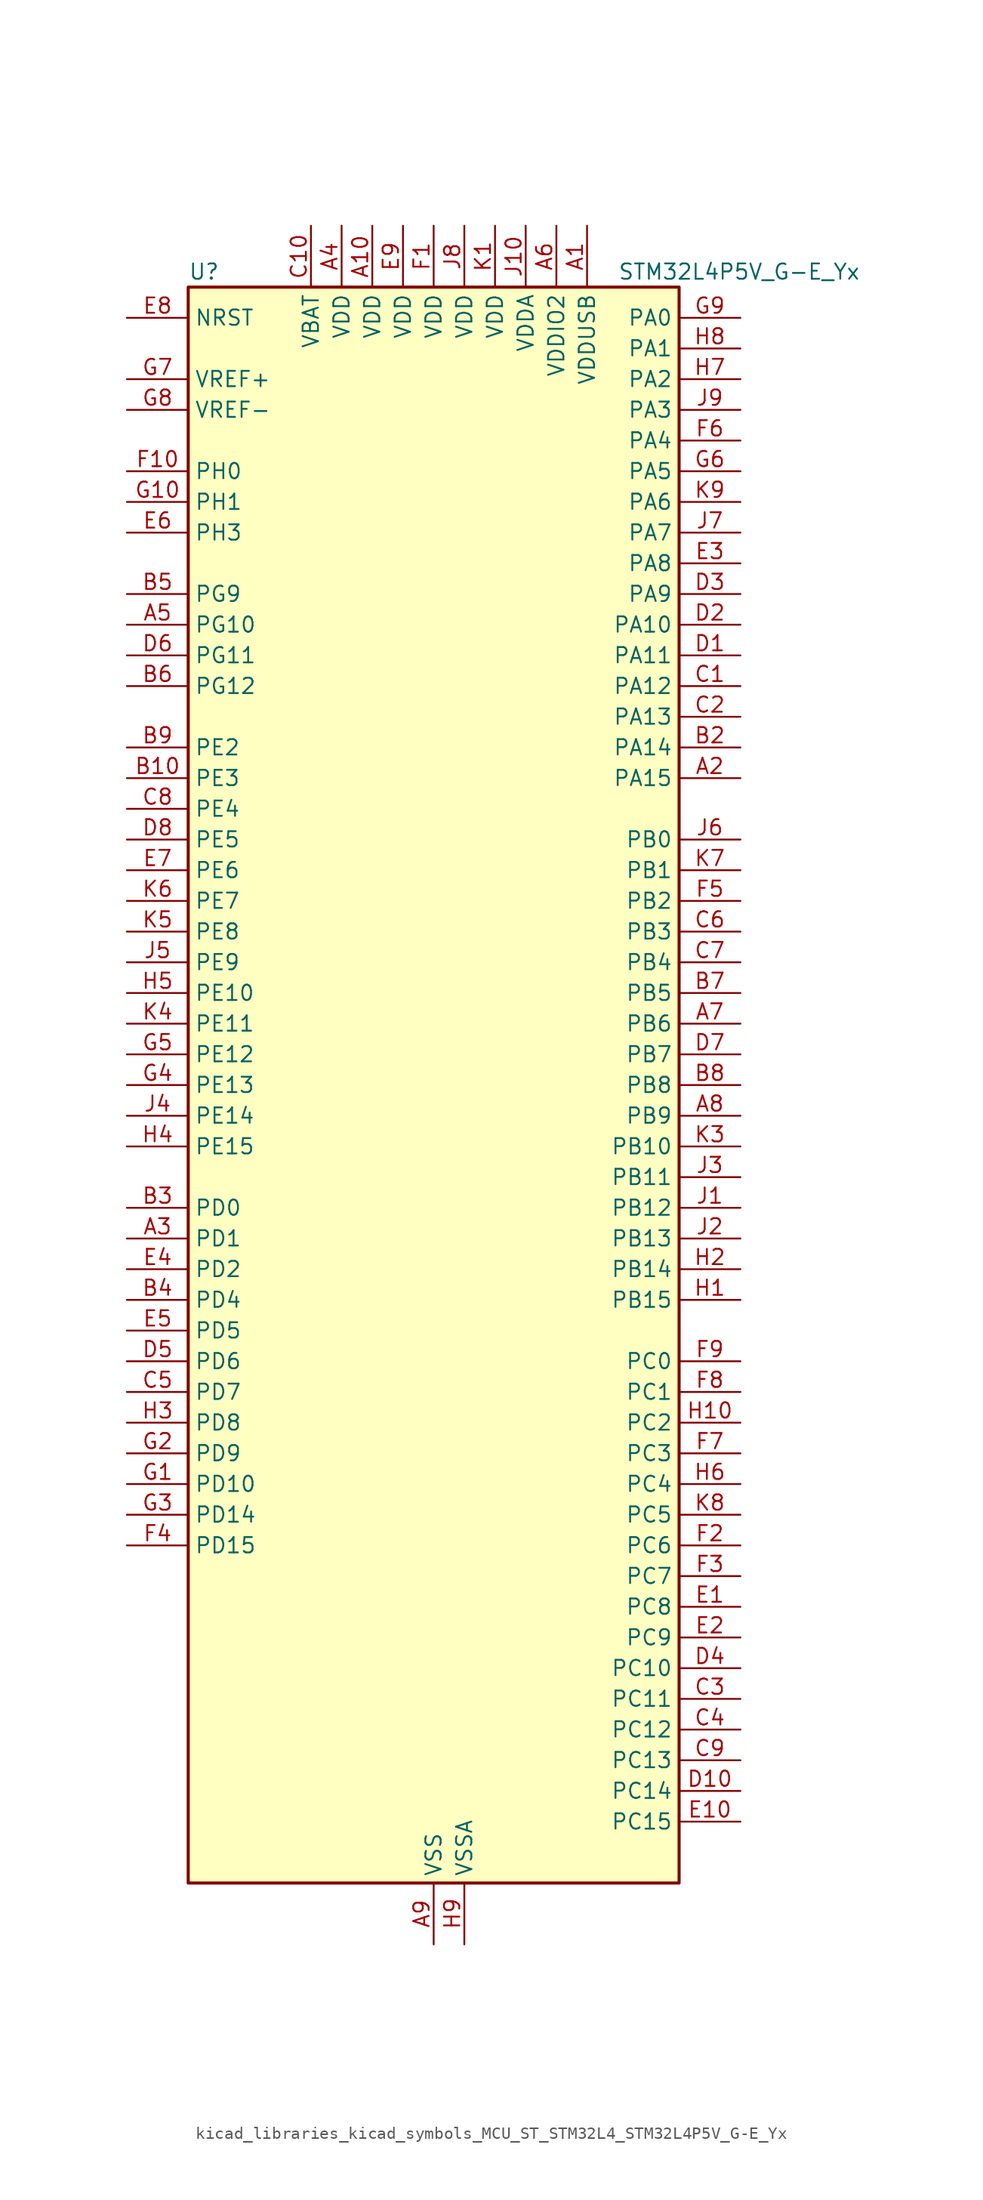
<source format=kicad_sym>
(kicad_symbol_lib
  (version 20220914)
  (generator kicad_symbol_editor)
  (symbol "kicad_libraries_kicad_symbols_MCU_ST_STM32L4_STM32L4P5V_G-E_Yx"
    (property "Reference" "U"
      (at -20.32 67.31 0)
      (effects (font (size 1.27 1.27)) (justify left)))
    (property "Value" "STM32L4P5V_G-E_Yx"
      (at 15.24 67.31 0)
      (effects (font (size 1.27 1.27)) (justify left)))
    (property "ki_locked" ""
      (at 0 0 0)
      (effects (font (size 1.27 1.27))))
    (symbol "kicad_libraries_kicad_symbols_MCU_ST_STM32L4_STM32L4P5V_G-E_Yx_0_1"
      (rectangle (start -20.32 -66.04) (end 20.32 66.04) (stroke (width 0.254) (type default)) (fill (type background))))
    (symbol "kicad_libraries_kicad_symbols_MCU_ST_STM32L4_STM32L4P5V_G-E_Yx_1_1"
      (pin power_in line (at 12.7 71.12 270) (length 5.08) (name "VDDUSB" (effects (font (size 1.27 1.27)))) (number "A1" (effects (font (size 1.27 1.27)))))
      (pin power_in line (at -5.08 71.12 270) (length 5.08) (name "VDD" (effects (font (size 1.27 1.27)))) (number "A10" (effects (font (size 1.27 1.27)))))
      (pin bidirectional line (at 25.4 25.4 180) (length 5.08) (name "PA15" (effects (font (size 1.27 1.27)))) (number "A2" (effects (font (size 1.27 1.27)))) (alternate "ADC1_EXTI15" bidirectional line) (alternate "ADC2_EXTI15" bidirectional line) (alternate "LTDC_HSYNC" bidirectional line) (alternate "SAI2_FS_B" bidirectional line) (alternate "SPI1_NSS" bidirectional line) (alternate "SPI3_NSS" bidirectional line) (alternate "SYS_JTDI" bidirectional line) (alternate "TIM2_CH1" bidirectional line) (alternate "TIM2_ETR" bidirectional line) (alternate "TSC_G3_IO1" bidirectional line) (alternate "UART4_DE" bidirectional line) (alternate "UART4_RTS" bidirectional line) (alternate "USART2_RX" bidirectional line) (alternate "USART3_DE" bidirectional line) (alternate "USART3_RTS" bidirectional line))
      (pin bidirectional line (at -25.4 -12.7 0) (length 5.08) (name "PD1" (effects (font (size 1.27 1.27)))) (number "A3" (effects (font (size 1.27 1.27)))) (alternate "CAN1_TX" bidirectional line) (alternate "FMC_D3" bidirectional line) (alternate "FMC_DA3" bidirectional line) (alternate "LTDC_B5" bidirectional line) (alternate "SPI2_SCK" bidirectional line))
      (pin power_in line (at -7.62 71.12 270) (length 5.08) (name "VDD" (effects (font (size 1.27 1.27)))) (number "A4" (effects (font (size 1.27 1.27)))))
      (pin bidirectional line (at -25.4 38.1 0) (length 5.08) (name "PG10" (effects (font (size 1.27 1.27)))) (number "A5" (effects (font (size 1.27 1.27)))) (alternate "FMC_NE3" bidirectional line) (alternate "LPTIM1_IN1" bidirectional line) (alternate "OCTOSPIM_P2_IO7" bidirectional line) (alternate "SAI2_FS_A" bidirectional line) (alternate "SDMMC2_D1" bidirectional line) (alternate "SPI3_MISO" bidirectional line) (alternate "TIM15_CH1" bidirectional line) (alternate "USART1_RX" bidirectional line))
      (pin power_in line (at 10.16 71.12 270) (length 5.08) (name "VDDIO2" (effects (font (size 1.27 1.27)))) (number "A6" (effects (font (size 1.27 1.27)))))
      (pin bidirectional line (at 25.4 5.08 180) (length 5.08) (name "PB6" (effects (font (size 1.27 1.27)))) (number "A7" (effects (font (size 1.27 1.27)))) (alternate "COMP2_INP" bidirectional line) (alternate "DCMI_D5" bidirectional line) (alternate "I2C1_SCL" bidirectional line) (alternate "I2C4_SCL" bidirectional line) (alternate "LPTIM1_ETR" bidirectional line) (alternate "LTDC_R6" bidirectional line) (alternate "PSSI_D5" bidirectional line) (alternate "SAI1_FS_B" bidirectional line) (alternate "TIM16_CH1N" bidirectional line) (alternate "TIM4_CH1" bidirectional line) (alternate "TIM8_BKIN2" bidirectional line) (alternate "TSC_G2_IO3" bidirectional line) (alternate "USART1_TX" bidirectional line))
      (pin bidirectional line (at 25.4 -2.54 180) (length 5.08) (name "PB9" (effects (font (size 1.27 1.27)))) (number "A8" (effects (font (size 1.27 1.27)))) (alternate "CAN1_TX" bidirectional line) (alternate "DAC1_EXTI9" bidirectional line) (alternate "DCMI_D7" bidirectional line) (alternate "I2C1_SDA" bidirectional line) (alternate "IR_OUT" bidirectional line) (alternate "PSSI_D7" bidirectional line) (alternate "SAI1_D2" bidirectional line) (alternate "SAI1_FS_A" bidirectional line) (alternate "SDMMC1_CDIR" bidirectional line) (alternate "SDMMC1_D5" bidirectional line) (alternate "SDMMC2_D5" bidirectional line) (alternate "SPI2_NSS" bidirectional line) (alternate "TIM17_CH1" bidirectional line) (alternate "TIM4_CH4" bidirectional line))
      (pin power_in line (at 0 -71.12 90) (length 5.08) (name "VSS" (effects (font (size 1.27 1.27)))) (number "A9" (effects (font (size 1.27 1.27)))))
      (pin passive line (at 0 -71.12 90) (length 5.08) hide (name "VSS" (effects (font (size 1.27 1.27)))) (number "B1" (effects (font (size 1.27 1.27)))))
      (pin bidirectional line (at -25.4 25.4 0) (length 5.08) (name "PE3" (effects (font (size 1.27 1.27)))) (number "B10" (effects (font (size 1.27 1.27)))) (alternate "FMC_A19" bidirectional line) (alternate "LTDC_R6" bidirectional line) (alternate "OCTOSPIM_P1_DQS" bidirectional line) (alternate "SAI1_SD_B" bidirectional line) (alternate "SYS_TRACED0" bidirectional line) (alternate "TIM3_CH1" bidirectional line) (alternate "TSC_G7_IO2" bidirectional line))
      (pin bidirectional line (at 25.4 27.94 180) (length 5.08) (name "PA14" (effects (font (size 1.27 1.27)))) (number "B2" (effects (font (size 1.27 1.27)))) (alternate "I2C1_SMBA" bidirectional line) (alternate "I2C4_SMBA" bidirectional line) (alternate "LPTIM1_OUT" bidirectional line) (alternate "SAI1_FS_B" bidirectional line) (alternate "SYS_JTCK-SWCLK" bidirectional line) (alternate "USB_OTG_FS_SOF" bidirectional line))
      (pin bidirectional line (at -25.4 -10.16 0) (length 5.08) (name "PD0" (effects (font (size 1.27 1.27)))) (number "B3" (effects (font (size 1.27 1.27)))) (alternate "CAN1_RX" bidirectional line) (alternate "FMC_D2" bidirectional line) (alternate "FMC_DA2" bidirectional line) (alternate "LTDC_B4" bidirectional line) (alternate "SPI2_NSS" bidirectional line))
      (pin bidirectional line (at -25.4 -17.78 0) (length 5.08) (name "PD4" (effects (font (size 1.27 1.27)))) (number "B4" (effects (font (size 1.27 1.27)))) (alternate "DFSDM1_CKIN0" bidirectional line) (alternate "FMC_NOE" bidirectional line) (alternate "OCTOSPIM_P1_IO4" bidirectional line) (alternate "SDMMC2_CKIN" bidirectional line) (alternate "SPI2_MOSI" bidirectional line) (alternate "USART2_DE" bidirectional line) (alternate "USART2_RTS" bidirectional line))
      (pin bidirectional line (at -25.4 40.64 0) (length 5.08) (name "PG9" (effects (font (size 1.27 1.27)))) (number "B5" (effects (font (size 1.27 1.27)))) (alternate "DAC1_EXTI9" bidirectional line) (alternate "FMC_NCE" bidirectional line) (alternate "FMC_NE2" bidirectional line) (alternate "OCTOSPIM_P2_IO6" bidirectional line) (alternate "SAI2_SCK_A" bidirectional line) (alternate "SDMMC2_D0" bidirectional line) (alternate "SPI3_SCK" bidirectional line) (alternate "TIM15_CH1N" bidirectional line) (alternate "USART1_TX" bidirectional line))
      (pin bidirectional line (at -25.4 33.02 0) (length 5.08) (name "PG12" (effects (font (size 1.27 1.27)))) (number "B6" (effects (font (size 1.27 1.27)))) (alternate "FMC_NE4" bidirectional line) (alternate "LPTIM1_ETR" bidirectional line) (alternate "OCTOSPIM_P2_NCS" bidirectional line) (alternate "SAI2_SD_A" bidirectional line) (alternate "SDMMC2_D3" bidirectional line) (alternate "SPI3_NSS" bidirectional line) (alternate "USART1_DE" bidirectional line) (alternate "USART1_RTS" bidirectional line))
      (pin bidirectional line (at 25.4 7.62 180) (length 5.08) (name "PB5" (effects (font (size 1.27 1.27)))) (number "B7" (effects (font (size 1.27 1.27)))) (alternate "COMP2_OUT" bidirectional line) (alternate "DCMI_D10" bidirectional line) (alternate "I2C1_SMBA" bidirectional line) (alternate "LPTIM1_IN1" bidirectional line) (alternate "OCTOSPIM_P1_IO0" bidirectional line) (alternate "PSSI_D10" bidirectional line) (alternate "SAI1_SD_B" bidirectional line) (alternate "SPI1_MOSI" bidirectional line) (alternate "SPI3_MOSI" bidirectional line) (alternate "TIM16_BKIN" bidirectional line) (alternate "TIM3_CH2" bidirectional line) (alternate "TSC_G2_IO2" bidirectional line) (alternate "UART5_CTS" bidirectional line) (alternate "USART1_CK" bidirectional line))
      (pin bidirectional line (at 25.4 0 180) (length 5.08) (name "PB8" (effects (font (size 1.27 1.27)))) (number "B8" (effects (font (size 1.27 1.27)))) (alternate "CAN1_RX" bidirectional line) (alternate "DCMI_D6" bidirectional line) (alternate "DFSDM1_CKOUT" bidirectional line) (alternate "I2C1_SCL" bidirectional line) (alternate "LTDC_DE" bidirectional line) (alternate "PSSI_D6" bidirectional line) (alternate "SAI1_CK1" bidirectional line) (alternate "SAI1_MCLK_A" bidirectional line) (alternate "SDMMC1_CKIN" bidirectional line) (alternate "SDMMC1_D4" bidirectional line) (alternate "SDMMC2_D4" bidirectional line) (alternate "TIM16_CH1" bidirectional line) (alternate "TIM4_CH3" bidirectional line))
      (pin bidirectional line (at -25.4 27.94 0) (length 5.08) (name "PE2" (effects (font (size 1.27 1.27)))) (number "B9" (effects (font (size 1.27 1.27)))) (alternate "FMC_A23" bidirectional line) (alternate "LTDC_R7" bidirectional line) (alternate "SAI1_CK1" bidirectional line) (alternate "SAI1_MCLK_A" bidirectional line) (alternate "SYS_TRACECLK" bidirectional line) (alternate "TIM3_ETR" bidirectional line) (alternate "TSC_G7_IO1" bidirectional line))
      (pin bidirectional line (at 25.4 33.02 180) (length 5.08) (name "PA12" (effects (font (size 1.27 1.27)))) (number "C1" (effects (font (size 1.27 1.27)))) (alternate "CAN1_TX" bidirectional line) (alternate "LTDC_VSYNC" bidirectional line) (alternate "OCTOSPIM_P2_NCS" bidirectional line) (alternate "SPI1_MOSI" bidirectional line) (alternate "TIM1_ETR" bidirectional line) (alternate "USART1_DE" bidirectional line) (alternate "USART1_RTS" bidirectional line) (alternate "USB_OTG_FS_DP" bidirectional line))
      (pin power_in line (at -10.16 71.12 270) (length 5.08) (name "VBAT" (effects (font (size 1.27 1.27)))) (number "C10" (effects (font (size 1.27 1.27)))))
      (pin bidirectional line (at 25.4 30.48 180) (length 5.08) (name "PA13" (effects (font (size 1.27 1.27)))) (number "C2" (effects (font (size 1.27 1.27)))) (alternate "IR_OUT" bidirectional line) (alternate "SAI1_SD_B" bidirectional line) (alternate "SYS_JTMS-SWDIO" bidirectional line) (alternate "USB_OTG_FS_NOE" bidirectional line))
      (pin bidirectional line (at 25.4 -50.8 180) (length 5.08) (name "PC11" (effects (font (size 1.27 1.27)))) (number "C3" (effects (font (size 1.27 1.27)))) (alternate "ADC1_EXTI11" bidirectional line) (alternate "ADC2_EXTI11" bidirectional line) (alternate "DCMI_D2" bidirectional line) (alternate "DCMI_D4" bidirectional line) (alternate "OCTOSPIM_P1_NCS" bidirectional line) (alternate "PSSI_D2" bidirectional line) (alternate "PSSI_D4" bidirectional line) (alternate "SAI2_MCLK_B" bidirectional line) (alternate "SDMMC1_D3" bidirectional line) (alternate "SPI3_MISO" bidirectional line) (alternate "TSC_G3_IO3" bidirectional line) (alternate "UART4_RX" bidirectional line) (alternate "USART3_RX" bidirectional line))
      (pin bidirectional line (at 25.4 -53.34 180) (length 5.08) (name "PC12" (effects (font (size 1.27 1.27)))) (number "C4" (effects (font (size 1.27 1.27)))) (alternate "DCMI_D9" bidirectional line) (alternate "LTDC_R6" bidirectional line) (alternate "PSSI_D9" bidirectional line) (alternate "SAI2_SD_B" bidirectional line) (alternate "SDMMC1_CK" bidirectional line) (alternate "SPI3_MOSI" bidirectional line) (alternate "SYS_TRACED3" bidirectional line) (alternate "TSC_G3_IO4" bidirectional line) (alternate "UART5_TX" bidirectional line) (alternate "USART3_CK" bidirectional line))
      (pin bidirectional line (at -25.4 -25.4 0) (length 5.08) (name "PD7" (effects (font (size 1.27 1.27)))) (number "C5" (effects (font (size 1.27 1.27)))) (alternate "DFSDM1_CKIN1" bidirectional line) (alternate "FMC_NCE" bidirectional line) (alternate "FMC_NE1" bidirectional line) (alternate "OCTOSPIM_P1_IO7" bidirectional line) (alternate "SDMMC2_CMD" bidirectional line) (alternate "USART2_CK" bidirectional line))
      (pin bidirectional line (at 25.4 12.7 180) (length 5.08) (name "PB3" (effects (font (size 1.27 1.27)))) (number "C6" (effects (font (size 1.27 1.27)))) (alternate "COMP2_INM" bidirectional line) (alternate "CRS_SYNC" bidirectional line) (alternate "OCTOSPIM_P1_IO4" bidirectional line) (alternate "SAI1_SCK_B" bidirectional line) (alternate "SDMMC2_D2" bidirectional line) (alternate "SPI1_SCK" bidirectional line) (alternate "SPI3_SCK" bidirectional line) (alternate "SYS_JTDO-SWO" bidirectional line) (alternate "TIM2_CH2" bidirectional line) (alternate "USART1_DE" bidirectional line) (alternate "USART1_RTS" bidirectional line))
      (pin bidirectional line (at 25.4 10.16 180) (length 5.08) (name "PB4" (effects (font (size 1.27 1.27)))) (number "C7" (effects (font (size 1.27 1.27)))) (alternate "COMP2_INP" bidirectional line) (alternate "DCMI_D12" bidirectional line) (alternate "I2C3_SDA" bidirectional line) (alternate "OCTOSPIM_P1_IO5" bidirectional line) (alternate "PSSI_D12" bidirectional line) (alternate "SAI1_MCLK_B" bidirectional line) (alternate "SDMMC2_D3" bidirectional line) (alternate "SPI1_MISO" bidirectional line) (alternate "SPI3_MISO" bidirectional line) (alternate "SYS_JTRST" bidirectional line) (alternate "TIM17_BKIN" bidirectional line) (alternate "TIM3_CH1" bidirectional line) (alternate "TSC_G2_IO1" bidirectional line) (alternate "UART5_DE" bidirectional line) (alternate "UART5_RTS" bidirectional line) (alternate "USART1_CTS" bidirectional line) (alternate "USART1_NSS" bidirectional line))
      (pin bidirectional line (at -25.4 22.86 0) (length 5.08) (name "PE4" (effects (font (size 1.27 1.27)))) (number "C8" (effects (font (size 1.27 1.27)))) (alternate "DCMI_D4" bidirectional line) (alternate "DFSDM1_DATIN3" bidirectional line) (alternate "FMC_A20" bidirectional line) (alternate "LTDC_B7" bidirectional line) (alternate "PSSI_D4" bidirectional line) (alternate "SAI1_D2" bidirectional line) (alternate "SAI1_FS_A" bidirectional line) (alternate "SYS_TRACED1" bidirectional line) (alternate "TIM3_CH2" bidirectional line) (alternate "TSC_G7_IO3" bidirectional line))
      (pin bidirectional line (at 25.4 -55.88 180) (length 5.08) (name "PC13" (effects (font (size 1.27 1.27)))) (number "C9" (effects (font (size 1.27 1.27)))) (alternate "RTC_OUT1" bidirectional line) (alternate "RTC_TAMP1" bidirectional line) (alternate "RTC_TS" bidirectional line) (alternate "SYS_WKUP2" bidirectional line))
      (pin bidirectional line (at 25.4 35.56 180) (length 5.08) (name "PA11" (effects (font (size 1.27 1.27)))) (number "D1" (effects (font (size 1.27 1.27)))) (alternate "ADC1_EXTI11" bidirectional line) (alternate "ADC2_EXTI11" bidirectional line) (alternate "CAN1_RX" bidirectional line) (alternate "LTDC_DE" bidirectional line) (alternate "SPI1_MISO" bidirectional line) (alternate "TIM1_BKIN2" bidirectional line) (alternate "TIM1_CH4" bidirectional line) (alternate "USART1_CTS" bidirectional line) (alternate "USART1_NSS" bidirectional line) (alternate "USB_OTG_FS_DM" bidirectional line))
      (pin bidirectional line (at 25.4 -58.42 180) (length 5.08) (name "PC14" (effects (font (size 1.27 1.27)))) (number "D10" (effects (font (size 1.27 1.27)))) (alternate "RCC_OSC32_IN" bidirectional line))
      (pin bidirectional line (at 25.4 38.1 180) (length 5.08) (name "PA10" (effects (font (size 1.27 1.27)))) (number "D2" (effects (font (size 1.27 1.27)))) (alternate "DCMI_D1" bidirectional line) (alternate "LTDC_G6" bidirectional line) (alternate "PSSI_D1" bidirectional line) (alternate "SAI1_D1" bidirectional line) (alternate "SAI1_SD_A" bidirectional line) (alternate "TIM17_BKIN" bidirectional line) (alternate "TIM1_CH3" bidirectional line) (alternate "USART1_RX" bidirectional line) (alternate "USB_OTG_FS_ID" bidirectional line))
      (pin bidirectional line (at 25.4 40.64 180) (length 5.08) (name "PA9" (effects (font (size 1.27 1.27)))) (number "D3" (effects (font (size 1.27 1.27)))) (alternate "DAC1_EXTI9" bidirectional line) (alternate "DCMI_D0" bidirectional line) (alternate "LTDC_G7" bidirectional line) (alternate "PSSI_D0" bidirectional line) (alternate "SAI1_FS_A" bidirectional line) (alternate "SPI2_SCK" bidirectional line) (alternate "TIM15_BKIN" bidirectional line) (alternate "TIM1_CH2" bidirectional line) (alternate "USART1_TX" bidirectional line) (alternate "USB_OTG_FS_VBUS" bidirectional line))
      (pin bidirectional line (at 25.4 -48.26 180) (length 5.08) (name "PC10" (effects (font (size 1.27 1.27)))) (number "D4" (effects (font (size 1.27 1.27)))) (alternate "DCMI_D8" bidirectional line) (alternate "DCMI_VSYNC" bidirectional line) (alternate "PSSI_D8" bidirectional line) (alternate "PSSI_RDY" bidirectional line) (alternate "SAI2_SCK_B" bidirectional line) (alternate "SDMMC1_D2" bidirectional line) (alternate "SPI3_SCK" bidirectional line) (alternate "SYS_TRACED1" bidirectional line) (alternate "TSC_G3_IO2" bidirectional line) (alternate "UART4_TX" bidirectional line) (alternate "USART3_TX" bidirectional line))
      (pin bidirectional line (at -25.4 -22.86 0) (length 5.08) (name "PD6" (effects (font (size 1.27 1.27)))) (number "D5" (effects (font (size 1.27 1.27)))) (alternate "DCMI_D10" bidirectional line) (alternate "DFSDM1_DATIN1" bidirectional line) (alternate "FMC_NWAIT" bidirectional line) (alternate "LTDC_DE" bidirectional line) (alternate "OCTOSPIM_P1_IO6" bidirectional line) (alternate "PSSI_D10" bidirectional line) (alternate "SAI1_D1" bidirectional line) (alternate "SAI1_SD_A" bidirectional line) (alternate "SDMMC2_CK" bidirectional line) (alternate "SPI3_MOSI" bidirectional line) (alternate "USART2_RX" bidirectional line))
      (pin bidirectional line (at -25.4 35.56 0) (length 5.08) (name "PG11" (effects (font (size 1.27 1.27)))) (number "D6" (effects (font (size 1.27 1.27)))) (alternate "ADC1_EXTI11" bidirectional line) (alternate "ADC2_EXTI11" bidirectional line) (alternate "LPTIM1_IN2" bidirectional line) (alternate "OCTOSPIM_P1_IO5" bidirectional line) (alternate "SAI2_MCLK_A" bidirectional line) (alternate "SDMMC2_D2" bidirectional line) (alternate "SPI3_MOSI" bidirectional line) (alternate "TIM15_CH2" bidirectional line) (alternate "USART1_CTS" bidirectional line) (alternate "USART1_NSS" bidirectional line))
      (pin bidirectional line (at 25.4 2.54 180) (length 5.08) (name "PB7" (effects (font (size 1.27 1.27)))) (number "D7" (effects (font (size 1.27 1.27)))) (alternate "COMP2_INM" bidirectional line) (alternate "DCMI_VSYNC" bidirectional line) (alternate "FMC_NL" bidirectional line) (alternate "I2C1_SDA" bidirectional line) (alternate "I2C4_SDA" bidirectional line) (alternate "LPTIM1_IN2" bidirectional line) (alternate "LTDC_VSYNC" bidirectional line) (alternate "PSSI_RDY" bidirectional line) (alternate "SYS_PVD_IN" bidirectional line) (alternate "TIM17_CH1N" bidirectional line) (alternate "TIM4_CH2" bidirectional line) (alternate "TIM8_BKIN" bidirectional line) (alternate "TSC_G2_IO4" bidirectional line) (alternate "UART4_CTS" bidirectional line) (alternate "USART1_RX" bidirectional line))
      (pin bidirectional line (at -25.4 20.32 0) (length 5.08) (name "PE5" (effects (font (size 1.27 1.27)))) (number "D8" (effects (font (size 1.27 1.27)))) (alternate "DCMI_D6" bidirectional line) (alternate "DFSDM1_CKIN3" bidirectional line) (alternate "FMC_A21" bidirectional line) (alternate "LTDC_G7" bidirectional line) (alternate "PSSI_D6" bidirectional line) (alternate "SAI1_CK2" bidirectional line) (alternate "SAI1_SCK_A" bidirectional line) (alternate "SYS_TRACED2" bidirectional line) (alternate "TIM3_CH3" bidirectional line) (alternate "TSC_G7_IO4" bidirectional line))
      (pin passive line (at 0 -71.12 90) (length 5.08) hide (name "VSS" (effects (font (size 1.27 1.27)))) (number "D9" (effects (font (size 1.27 1.27)))))
      (pin bidirectional line (at 25.4 -43.18 180) (length 5.08) (name "PC8" (effects (font (size 1.27 1.27)))) (number "E1" (effects (font (size 1.27 1.27)))) (alternate "DCMI_D2" bidirectional line) (alternate "PSSI_D2" bidirectional line) (alternate "SDMMC1_D0" bidirectional line) (alternate "TIM3_CH3" bidirectional line) (alternate "TIM8_CH3" bidirectional line) (alternate "TSC_G4_IO3" bidirectional line))
      (pin bidirectional line (at 25.4 -60.96 180) (length 5.08) (name "PC15" (effects (font (size 1.27 1.27)))) (number "E10" (effects (font (size 1.27 1.27)))) (alternate "ADC1_EXTI15" bidirectional line) (alternate "ADC2_EXTI15" bidirectional line) (alternate "RCC_OSC32_OUT" bidirectional line))
      (pin bidirectional line (at 25.4 -45.72 180) (length 5.08) (name "PC9" (effects (font (size 1.27 1.27)))) (number "E2" (effects (font (size 1.27 1.27)))) (alternate "DAC1_EXTI9" bidirectional line) (alternate "DCMI_D3" bidirectional line) (alternate "I2C3_SDA" bidirectional line) (alternate "PSSI_D3" bidirectional line) (alternate "SAI2_EXTCLK" bidirectional line) (alternate "SDMMC1_D1" bidirectional line) (alternate "SYS_TRACED0" bidirectional line) (alternate "TIM3_CH4" bidirectional line) (alternate "TIM8_BKIN2" bidirectional line) (alternate "TIM8_CH4" bidirectional line) (alternate "TSC_G4_IO4" bidirectional line) (alternate "USB_OTG_FS_NOE" bidirectional line))
      (pin bidirectional line (at 25.4 43.18 180) (length 5.08) (name "PA8" (effects (font (size 1.27 1.27)))) (number "E3" (effects (font (size 1.27 1.27)))) (alternate "LPTIM2_OUT" bidirectional line) (alternate "LTDC_B7" bidirectional line) (alternate "RCC_MCO" bidirectional line) (alternate "SAI1_CK2" bidirectional line) (alternate "SAI1_SCK_A" bidirectional line) (alternate "TIM1_CH1" bidirectional line) (alternate "USART1_CK" bidirectional line) (alternate "USB_OTG_FS_SOF" bidirectional line))
      (pin bidirectional line (at -25.4 -15.24 0) (length 5.08) (name "PD2" (effects (font (size 1.27 1.27)))) (number "E4" (effects (font (size 1.27 1.27)))) (alternate "DCMI_D11" bidirectional line) (alternate "PSSI_D11" bidirectional line) (alternate "SDMMC1_CMD" bidirectional line) (alternate "SYS_TRACED2" bidirectional line) (alternate "TIM3_ETR" bidirectional line) (alternate "TSC_SYNC" bidirectional line) (alternate "UART5_RX" bidirectional line) (alternate "USART3_DE" bidirectional line) (alternate "USART3_RTS" bidirectional line))
      (pin bidirectional line (at -25.4 -20.32 0) (length 5.08) (name "PD5" (effects (font (size 1.27 1.27)))) (number "E5" (effects (font (size 1.27 1.27)))) (alternate "FMC_NWE" bidirectional line) (alternate "OCTOSPIM_P1_IO5" bidirectional line) (alternate "USART2_TX" bidirectional line))
      (pin bidirectional line (at -25.4 45.72 0) (length 5.08) (name "PH3" (effects (font (size 1.27 1.27)))) (number "E6" (effects (font (size 1.27 1.27)))))
      (pin bidirectional line (at -25.4 17.78 0) (length 5.08) (name "PE6" (effects (font (size 1.27 1.27)))) (number "E7" (effects (font (size 1.27 1.27)))) (alternate "DCMI_D7" bidirectional line) (alternate "FMC_A22" bidirectional line) (alternate "LTDC_G6" bidirectional line) (alternate "PSSI_D7" bidirectional line) (alternate "RTC_TAMP3" bidirectional line) (alternate "SAI1_D1" bidirectional line) (alternate "SAI1_SD_A" bidirectional line) (alternate "SYS_TRACED3" bidirectional line) (alternate "SYS_WKUP3" bidirectional line) (alternate "TIM3_CH4" bidirectional line))
      (pin input line (at -25.4 63.5 0) (length 5.08) (name "NRST" (effects (font (size 1.27 1.27)))) (number "E8" (effects (font (size 1.27 1.27)))))
      (pin power_in line (at -2.54 71.12 270) (length 5.08) (name "VDD" (effects (font (size 1.27 1.27)))) (number "E9" (effects (font (size 1.27 1.27)))))
      (pin power_in line (at 0 71.12 270) (length 5.08) (name "VDD" (effects (font (size 1.27 1.27)))) (number "F1" (effects (font (size 1.27 1.27)))))
      (pin bidirectional line (at -25.4 50.8 0) (length 5.08) (name "PH0" (effects (font (size 1.27 1.27)))) (number "F10" (effects (font (size 1.27 1.27)))) (alternate "RCC_OSC_IN" bidirectional line))
      (pin bidirectional line (at 25.4 -38.1 180) (length 5.08) (name "PC6" (effects (font (size 1.27 1.27)))) (number "F2" (effects (font (size 1.27 1.27)))) (alternate "DCMI_D0" bidirectional line) (alternate "DFSDM1_CKIN3" bidirectional line) (alternate "LTDC_G7" bidirectional line) (alternate "PSSI_D0" bidirectional line) (alternate "SAI2_MCLK_A" bidirectional line) (alternate "SDMMC1_D0DIR" bidirectional line) (alternate "SDMMC1_D6" bidirectional line) (alternate "SDMMC2_D6" bidirectional line) (alternate "TIM3_CH1" bidirectional line) (alternate "TIM8_CH1" bidirectional line) (alternate "TSC_G4_IO1" bidirectional line))
      (pin bidirectional line (at 25.4 -40.64 180) (length 5.08) (name "PC7" (effects (font (size 1.27 1.27)))) (number "F3" (effects (font (size 1.27 1.27)))) (alternate "DCMI_D1" bidirectional line) (alternate "DFSDM1_DATIN3" bidirectional line) (alternate "LTDC_B6" bidirectional line) (alternate "PSSI_D1" bidirectional line) (alternate "SAI2_MCLK_B" bidirectional line) (alternate "SDMMC1_D123DIR" bidirectional line) (alternate "SDMMC1_D7" bidirectional line) (alternate "SDMMC2_D7" bidirectional line) (alternate "TIM3_CH2" bidirectional line) (alternate "TIM8_CH2" bidirectional line) (alternate "TSC_G4_IO2" bidirectional line))
      (pin bidirectional line (at -25.4 -38.1 0) (length 5.08) (name "PD15" (effects (font (size 1.27 1.27)))) (number "F4" (effects (font (size 1.27 1.27)))) (alternate "ADC1_EXTI15" bidirectional line) (alternate "ADC2_EXTI15" bidirectional line) (alternate "FMC_D1" bidirectional line) (alternate "FMC_DA1" bidirectional line) (alternate "LTDC_B3" bidirectional line) (alternate "TIM4_CH4" bidirectional line))
      (pin bidirectional line (at 25.4 15.24 180) (length 5.08) (name "PB2" (effects (font (size 1.27 1.27)))) (number "F5" (effects (font (size 1.27 1.27)))) (alternate "COMP1_INP" bidirectional line) (alternate "DFSDM1_CKIN0" bidirectional line) (alternate "I2C3_SMBA" bidirectional line) (alternate "LPTIM1_OUT" bidirectional line) (alternate "OCTOSPIM_P1_DQS" bidirectional line) (alternate "RTC_OUT2" bidirectional line))
      (pin bidirectional line (at 25.4 53.34 180) (length 5.08) (name "PA4" (effects (font (size 1.27 1.27)))) (number "F6" (effects (font (size 1.27 1.27)))) (alternate "ADC1_IN9" bidirectional line) (alternate "ADC2_IN9" bidirectional line) (alternate "DAC1_OUT1" bidirectional line) (alternate "DCMI_HSYNC" bidirectional line) (alternate "LPTIM2_OUT" bidirectional line) (alternate "LTDC_CLK" bidirectional line) (alternate "OCTOSPIM_P1_NCS" bidirectional line) (alternate "PSSI_DE" bidirectional line) (alternate "SAI1_FS_B" bidirectional line) (alternate "SPI1_NSS" bidirectional line) (alternate "SPI3_NSS" bidirectional line) (alternate "USART2_CK" bidirectional line))
      (pin bidirectional line (at 25.4 -30.48 180) (length 5.08) (name "PC3" (effects (font (size 1.27 1.27)))) (number "F7" (effects (font (size 1.27 1.27)))) (alternate "ADC1_IN4" bidirectional line) (alternate "ADC2_IN4" bidirectional line) (alternate "LPTIM1_ETR" bidirectional line) (alternate "LPTIM2_ETR" bidirectional line) (alternate "OCTOSPIM_P1_IO6" bidirectional line) (alternate "SAI1_D1" bidirectional line) (alternate "SAI1_SD_A" bidirectional line) (alternate "SPI2_MOSI" bidirectional line))
      (pin bidirectional line (at 25.4 -25.4 180) (length 5.08) (name "PC1" (effects (font (size 1.27 1.27)))) (number "F8" (effects (font (size 1.27 1.27)))) (alternate "ADC1_IN2" bidirectional line) (alternate "ADC2_IN2" bidirectional line) (alternate "I2C3_SDA" bidirectional line) (alternate "LPTIM1_OUT" bidirectional line) (alternate "LPUART1_TX" bidirectional line) (alternate "OCTOSPIM_P1_IO4" bidirectional line) (alternate "SAI1_SD_A" bidirectional line) (alternate "SPI2_MOSI" bidirectional line) (alternate "SYS_TRACED0" bidirectional line))
      (pin bidirectional line (at 25.4 -22.86 180) (length 5.08) (name "PC0" (effects (font (size 1.27 1.27)))) (number "F9" (effects (font (size 1.27 1.27)))) (alternate "ADC1_IN1" bidirectional line) (alternate "ADC2_IN1" bidirectional line) (alternate "I2C3_SCL" bidirectional line) (alternate "LPTIM1_IN1" bidirectional line) (alternate "LPTIM2_IN1" bidirectional line) (alternate "LPUART1_RX" bidirectional line) (alternate "LTDC_DE" bidirectional line) (alternate "SAI2_FS_A" bidirectional line) (alternate "SDMMC1_CMD" bidirectional line) (alternate "SDMMC2_CKIN" bidirectional line))
      (pin bidirectional line (at -25.4 -33.02 0) (length 5.08) (name "PD10" (effects (font (size 1.27 1.27)))) (number "G1" (effects (font (size 1.27 1.27)))) (alternate "FMC_D15" bidirectional line) (alternate "FMC_DA15" bidirectional line) (alternate "LTDC_R5" bidirectional line) (alternate "SAI2_SCK_A" bidirectional line) (alternate "USART3_CK" bidirectional line))
      (pin bidirectional line (at -25.4 48.26 0) (length 5.08) (name "PH1" (effects (font (size 1.27 1.27)))) (number "G10" (effects (font (size 1.27 1.27)))) (alternate "RCC_OSC_OUT" bidirectional line))
      (pin bidirectional line (at -25.4 -30.48 0) (length 5.08) (name "PD9" (effects (font (size 1.27 1.27)))) (number "G2" (effects (font (size 1.27 1.27)))) (alternate "DAC1_EXTI9" bidirectional line) (alternate "DCMI_PIXCLK" bidirectional line) (alternate "FMC_D14" bidirectional line) (alternate "FMC_DA14" bidirectional line) (alternate "LTDC_R4" bidirectional line) (alternate "PSSI_PDCK" bidirectional line) (alternate "SAI2_MCLK_A" bidirectional line) (alternate "USART3_RX" bidirectional line))
      (pin bidirectional line (at -25.4 -35.56 0) (length 5.08) (name "PD14" (effects (font (size 1.27 1.27)))) (number "G3" (effects (font (size 1.27 1.27)))) (alternate "FMC_D0" bidirectional line) (alternate "FMC_DA0" bidirectional line) (alternate "LTDC_B2" bidirectional line) (alternate "TIM4_CH3" bidirectional line))
      (pin bidirectional line (at -25.4 0 0) (length 5.08) (name "PE13" (effects (font (size 1.27 1.27)))) (number "G4" (effects (font (size 1.27 1.27)))) (alternate "FMC_D10" bidirectional line) (alternate "FMC_DA10" bidirectional line) (alternate "LTDC_G6" bidirectional line) (alternate "OCTOSPIM_P1_IO1" bidirectional line) (alternate "SPI1_SCK" bidirectional line) (alternate "TIM1_CH3" bidirectional line) (alternate "TSC_G5_IO4" bidirectional line))
      (pin bidirectional line (at -25.4 2.54 0) (length 5.08) (name "PE12" (effects (font (size 1.27 1.27)))) (number "G5" (effects (font (size 1.27 1.27)))) (alternate "FMC_D9" bidirectional line) (alternate "FMC_DA9" bidirectional line) (alternate "LTDC_G5" bidirectional line) (alternate "OCTOSPIM_P1_IO0" bidirectional line) (alternate "SPI1_NSS" bidirectional line) (alternate "TIM1_CH3N" bidirectional line) (alternate "TSC_G5_IO3" bidirectional line))
      (pin bidirectional line (at 25.4 50.8 180) (length 5.08) (name "PA5" (effects (font (size 1.27 1.27)))) (number "G6" (effects (font (size 1.27 1.27)))) (alternate "ADC1_IN10" bidirectional line) (alternate "ADC2_IN10" bidirectional line) (alternate "DAC1_OUT2" bidirectional line) (alternate "LPTIM2_ETR" bidirectional line) (alternate "LTDC_R7" bidirectional line) (alternate "PSSI_D14" bidirectional line) (alternate "SPI1_SCK" bidirectional line) (alternate "TIM2_CH1" bidirectional line) (alternate "TIM2_ETR" bidirectional line) (alternate "TIM8_CH1N" bidirectional line))
      (pin input line (at -25.4 58.42 0) (length 5.08) (name "VREF+" (effects (font (size 1.27 1.27)))) (number "G7" (effects (font (size 1.27 1.27)))) (alternate "VREFBUF_OUT" bidirectional line))
      (pin input line (at -25.4 55.88 0) (length 5.08) (name "VREF-" (effects (font (size 1.27 1.27)))) (number "G8" (effects (font (size 1.27 1.27)))))
      (pin bidirectional line (at 25.4 63.5 180) (length 5.08) (name "PA0" (effects (font (size 1.27 1.27)))) (number "G9" (effects (font (size 1.27 1.27)))) (alternate "ADC1_IN5" bidirectional line) (alternate "ADC2_IN5" bidirectional line) (alternate "OPAMP1_VINP" bidirectional line) (alternate "RTC_TAMP2" bidirectional line) (alternate "SAI1_EXTCLK" bidirectional line) (alternate "SYS_WKUP1" bidirectional line) (alternate "TIM2_CH1" bidirectional line) (alternate "TIM2_ETR" bidirectional line) (alternate "TIM5_CH1" bidirectional line) (alternate "TIM8_ETR" bidirectional line) (alternate "UART4_TX" bidirectional line) (alternate "USART2_CTS" bidirectional line) (alternate "USART2_NSS" bidirectional line))
      (pin bidirectional line (at 25.4 -17.78 180) (length 5.08) (name "PB15" (effects (font (size 1.27 1.27)))) (number "H1" (effects (font (size 1.27 1.27)))) (alternate "ADC1_EXTI15" bidirectional line) (alternate "ADC2_EXTI15" bidirectional line) (alternate "DFSDM1_CKIN2" bidirectional line) (alternate "OCTOSPIM_P1_IO7" bidirectional line) (alternate "RTC_REFIN" bidirectional line) (alternate "SAI2_SD_A" bidirectional line) (alternate "SDMMC2_D1" bidirectional line) (alternate "SPI2_MOSI" bidirectional line) (alternate "TIM15_CH2" bidirectional line) (alternate "TIM1_CH3N" bidirectional line) (alternate "TIM8_CH3N" bidirectional line) (alternate "TSC_G1_IO4" bidirectional line))
      (pin bidirectional line (at 25.4 -27.94 180) (length 5.08) (name "PC2" (effects (font (size 1.27 1.27)))) (number "H10" (effects (font (size 1.27 1.27)))) (alternate "ADC1_IN3" bidirectional line) (alternate "ADC2_IN3" bidirectional line) (alternate "DFSDM1_CKOUT" bidirectional line) (alternate "LPTIM1_IN2" bidirectional line) (alternate "LTDC_HSYNC" bidirectional line) (alternate "OCTOSPIM_P1_IO5" bidirectional line) (alternate "SPI2_MISO" bidirectional line))
      (pin bidirectional line (at 25.4 -15.24 180) (length 5.08) (name "PB14" (effects (font (size 1.27 1.27)))) (number "H2" (effects (font (size 1.27 1.27)))) (alternate "DFSDM1_DATIN2" bidirectional line) (alternate "I2C2_SDA" bidirectional line) (alternate "OCTOSPIM_P1_IO6" bidirectional line) (alternate "SAI2_MCLK_A" bidirectional line) (alternate "SDMMC2_D0" bidirectional line) (alternate "SPI2_MISO" bidirectional line) (alternate "TIM15_CH1" bidirectional line) (alternate "TIM1_CH2N" bidirectional line) (alternate "TIM8_CH2N" bidirectional line) (alternate "TSC_G1_IO3" bidirectional line) (alternate "USART3_DE" bidirectional line) (alternate "USART3_RTS" bidirectional line))
      (pin bidirectional line (at -25.4 -27.94 0) (length 5.08) (name "PD8" (effects (font (size 1.27 1.27)))) (number "H3" (effects (font (size 1.27 1.27)))) (alternate "DCMI_HSYNC" bidirectional line) (alternate "FMC_D13" bidirectional line) (alternate "FMC_DA13" bidirectional line) (alternate "LTDC_R3" bidirectional line) (alternate "PSSI_DE" bidirectional line) (alternate "USART3_TX" bidirectional line))
      (pin bidirectional line (at -25.4 -5.08 0) (length 5.08) (name "PE15" (effects (font (size 1.27 1.27)))) (number "H4" (effects (font (size 1.27 1.27)))) (alternate "ADC1_EXTI15" bidirectional line) (alternate "ADC2_EXTI15" bidirectional line) (alternate "FMC_D12" bidirectional line) (alternate "FMC_DA12" bidirectional line) (alternate "LTDC_R2" bidirectional line) (alternate "OCTOSPIM_P1_IO3" bidirectional line) (alternate "SPI1_MOSI" bidirectional line) (alternate "TIM1_BKIN" bidirectional line))
      (pin bidirectional line (at -25.4 7.62 0) (length 5.08) (name "PE10" (effects (font (size 1.27 1.27)))) (number "H5" (effects (font (size 1.27 1.27)))) (alternate "FMC_D7" bidirectional line) (alternate "FMC_DA7" bidirectional line) (alternate "LTDC_G3" bidirectional line) (alternate "OCTOSPIM_P1_CLK" bidirectional line) (alternate "SAI1_MCLK_B" bidirectional line) (alternate "TIM1_CH2N" bidirectional line) (alternate "TSC_G5_IO1" bidirectional line))
      (pin bidirectional line (at 25.4 -33.02 180) (length 5.08) (name "PC4" (effects (font (size 1.27 1.27)))) (number "H6" (effects (font (size 1.27 1.27)))) (alternate "ADC1_IN13" bidirectional line) (alternate "ADC2_IN13" bidirectional line) (alternate "COMP1_INM" bidirectional line) (alternate "OCTOSPIM_P1_IO7" bidirectional line) (alternate "OCTOSPIM_P2_NCS" bidirectional line) (alternate "USART3_TX" bidirectional line))
      (pin bidirectional line (at 25.4 58.42 180) (length 5.08) (name "PA2" (effects (font (size 1.27 1.27)))) (number "H7" (effects (font (size 1.27 1.27)))) (alternate "ADC1_IN7" bidirectional line) (alternate "ADC2_IN7" bidirectional line) (alternate "LPUART1_TX" bidirectional line) (alternate "OCTOSPIM_P1_NCS" bidirectional line) (alternate "RCC_LSCO" bidirectional line) (alternate "SAI2_EXTCLK" bidirectional line) (alternate "SYS_WKUP4" bidirectional line) (alternate "TIM15_CH1" bidirectional line) (alternate "TIM2_CH3" bidirectional line) (alternate "TIM5_CH3" bidirectional line) (alternate "USART2_TX" bidirectional line))
      (pin bidirectional line (at 25.4 60.96 180) (length 5.08) (name "PA1" (effects (font (size 1.27 1.27)))) (number "H8" (effects (font (size 1.27 1.27)))) (alternate "ADC1_IN6" bidirectional line) (alternate "ADC2_IN6" bidirectional line) (alternate "I2C1_SMBA" bidirectional line) (alternate "OCTOSPIM_P1_DQS" bidirectional line) (alternate "OPAMP1_VINM" bidirectional line) (alternate "SDMMC2_CMD" bidirectional line) (alternate "SPI1_SCK" bidirectional line) (alternate "TIM15_CH1N" bidirectional line) (alternate "TIM2_CH2" bidirectional line) (alternate "TIM5_CH2" bidirectional line) (alternate "UART4_RX" bidirectional line) (alternate "USART2_DE" bidirectional line) (alternate "USART2_RTS" bidirectional line))
      (pin power_in line (at 2.54 -71.12 90) (length 5.08) (name "VSSA" (effects (font (size 1.27 1.27)))) (number "H9" (effects (font (size 1.27 1.27)))))
      (pin bidirectional line (at 25.4 -10.16 180) (length 5.08) (name "PB12" (effects (font (size 1.27 1.27)))) (number "J1" (effects (font (size 1.27 1.27)))) (alternate "DFSDM1_DATIN1" bidirectional line) (alternate "I2C2_SMBA" bidirectional line) (alternate "LPUART1_DE" bidirectional line) (alternate "LPUART1_RTS" bidirectional line) (alternate "OCTOSPIM_P1_NCLK" bidirectional line) (alternate "SAI2_FS_A" bidirectional line) (alternate "SDMMC2_CK" bidirectional line) (alternate "SPI2_NSS" bidirectional line) (alternate "TIM15_BKIN" bidirectional line) (alternate "TIM1_BKIN" bidirectional line) (alternate "TSC_G1_IO1" bidirectional line) (alternate "USART3_CK" bidirectional line))
      (pin power_in line (at 7.62 71.12 270) (length 5.08) (name "VDDA" (effects (font (size 1.27 1.27)))) (number "J10" (effects (font (size 1.27 1.27)))))
      (pin bidirectional line (at 25.4 -12.7 180) (length 5.08) (name "PB13" (effects (font (size 1.27 1.27)))) (number "J2" (effects (font (size 1.27 1.27)))) (alternate "DFSDM1_CKIN1" bidirectional line) (alternate "I2C2_SCL" bidirectional line) (alternate "LPUART1_CTS" bidirectional line) (alternate "OCTOSPIM_P1_IO1" bidirectional line) (alternate "SAI2_SCK_A" bidirectional line) (alternate "SPI2_SCK" bidirectional line) (alternate "TIM15_CH1N" bidirectional line) (alternate "TIM1_CH1N" bidirectional line) (alternate "TSC_G1_IO2" bidirectional line) (alternate "USART3_CTS" bidirectional line) (alternate "USART3_NSS" bidirectional line))
      (pin bidirectional line (at 25.4 -7.62 180) (length 5.08) (name "PB11" (effects (font (size 1.27 1.27)))) (number "J3" (effects (font (size 1.27 1.27)))) (alternate "ADC1_EXTI11" bidirectional line) (alternate "ADC2_EXTI11" bidirectional line) (alternate "COMP2_OUT" bidirectional line) (alternate "I2C2_SDA" bidirectional line) (alternate "I2C4_SDA" bidirectional line) (alternate "LPUART1_TX" bidirectional line) (alternate "LTDC_VSYNC" bidirectional line) (alternate "OCTOSPIM_P1_NCS" bidirectional line) (alternate "TIM2_CH4" bidirectional line) (alternate "USART3_RX" bidirectional line))
      (pin bidirectional line (at -25.4 -2.54 0) (length 5.08) (name "PE14" (effects (font (size 1.27 1.27)))) (number "J4" (effects (font (size 1.27 1.27)))) (alternate "FMC_D11" bidirectional line) (alternate "FMC_DA11" bidirectional line) (alternate "LTDC_G7" bidirectional line) (alternate "OCTOSPIM_P1_IO2" bidirectional line) (alternate "SPI1_MISO" bidirectional line) (alternate "TIM1_BKIN2" bidirectional line) (alternate "TIM1_CH4" bidirectional line))
      (pin bidirectional line (at -25.4 10.16 0) (length 5.08) (name "PE9" (effects (font (size 1.27 1.27)))) (number "J5" (effects (font (size 1.27 1.27)))) (alternate "DAC1_EXTI9" bidirectional line) (alternate "DFSDM1_CKOUT" bidirectional line) (alternate "FMC_D6" bidirectional line) (alternate "FMC_DA6" bidirectional line) (alternate "LTDC_G2" bidirectional line) (alternate "OCTOSPIM_P1_NCLK" bidirectional line) (alternate "SAI1_FS_B" bidirectional line) (alternate "TIM1_CH1" bidirectional line))
      (pin bidirectional line (at 25.4 20.32 180) (length 5.08) (name "PB0" (effects (font (size 1.27 1.27)))) (number "J6" (effects (font (size 1.27 1.27)))) (alternate "ADC1_IN15" bidirectional line) (alternate "ADC2_IN15" bidirectional line) (alternate "COMP1_OUT" bidirectional line) (alternate "LTDC_B6" bidirectional line) (alternate "OCTOSPIM_P1_IO1" bidirectional line) (alternate "OPAMP2_VOUT" bidirectional line) (alternate "SAI1_EXTCLK" bidirectional line) (alternate "SPI1_NSS" bidirectional line) (alternate "TIM1_CH2N" bidirectional line) (alternate "TIM3_CH3" bidirectional line) (alternate "TIM8_CH2N" bidirectional line) (alternate "USART3_CK" bidirectional line))
      (pin bidirectional line (at 25.4 45.72 180) (length 5.08) (name "PA7" (effects (font (size 1.27 1.27)))) (number "J7" (effects (font (size 1.27 1.27)))) (alternate "ADC1_IN12" bidirectional line) (alternate "ADC2_IN12" bidirectional line) (alternate "I2C3_SCL" bidirectional line) (alternate "OCTOSPIM_P1_IO2" bidirectional line) (alternate "OPAMP2_VINM" bidirectional line) (alternate "SPI1_MOSI" bidirectional line) (alternate "TIM17_CH1" bidirectional line) (alternate "TIM1_CH1N" bidirectional line) (alternate "TIM3_CH2" bidirectional line) (alternate "TIM8_CH1N" bidirectional line))
      (pin power_in line (at 2.54 71.12 270) (length 5.08) (name "VDD" (effects (font (size 1.27 1.27)))) (number "J8" (effects (font (size 1.27 1.27)))))
      (pin bidirectional line (at 25.4 55.88 180) (length 5.08) (name "PA3" (effects (font (size 1.27 1.27)))) (number "J9" (effects (font (size 1.27 1.27)))) (alternate "ADC1_IN8" bidirectional line) (alternate "ADC2_IN8" bidirectional line) (alternate "LPUART1_RX" bidirectional line) (alternate "OCTOSPIM_P1_CLK" bidirectional line) (alternate "OPAMP1_VOUT" bidirectional line) (alternate "SAI1_CK1" bidirectional line) (alternate "SAI1_MCLK_A" bidirectional line) (alternate "TIM15_CH2" bidirectional line) (alternate "TIM2_CH4" bidirectional line) (alternate "TIM5_CH4" bidirectional line) (alternate "USART2_RX" bidirectional line))
      (pin power_in line (at 5.08 71.12 270) (length 5.08) (name "VDD" (effects (font (size 1.27 1.27)))) (number "K1" (effects (font (size 1.27 1.27)))))
      (pin passive line (at 0 -71.12 90) (length 5.08) hide (name "VSS" (effects (font (size 1.27 1.27)))) (number "K10" (effects (font (size 1.27 1.27)))))
      (pin passive line (at 0 -71.12 90) (length 5.08) hide (name "VSS" (effects (font (size 1.27 1.27)))) (number "K2" (effects (font (size 1.27 1.27)))))
      (pin bidirectional line (at 25.4 -5.08 180) (length 5.08) (name "PB10" (effects (font (size 1.27 1.27)))) (number "K3" (effects (font (size 1.27 1.27)))) (alternate "COMP1_OUT" bidirectional line) (alternate "I2C2_SCL" bidirectional line) (alternate "I2C4_SCL" bidirectional line) (alternate "LPUART1_RX" bidirectional line) (alternate "OCTOSPIM_P1_CLK" bidirectional line) (alternate "OCTOSPIM_P1_IO3" bidirectional line) (alternate "SAI1_SCK_A" bidirectional line) (alternate "SPI2_SCK" bidirectional line) (alternate "TIM2_CH3" bidirectional line) (alternate "TSC_SYNC" bidirectional line) (alternate "USART3_TX" bidirectional line))
      (pin bidirectional line (at -25.4 5.08 0) (length 5.08) (name "PE11" (effects (font (size 1.27 1.27)))) (number "K4" (effects (font (size 1.27 1.27)))) (alternate "ADC1_EXTI11" bidirectional line) (alternate "ADC2_EXTI11" bidirectional line) (alternate "FMC_D8" bidirectional line) (alternate "FMC_DA8" bidirectional line) (alternate "LTDC_G4" bidirectional line) (alternate "OCTOSPIM_P1_NCS" bidirectional line) (alternate "TIM1_CH2" bidirectional line) (alternate "TSC_G5_IO2" bidirectional line))
      (pin bidirectional line (at -25.4 12.7 0) (length 5.08) (name "PE8" (effects (font (size 1.27 1.27)))) (number "K5" (effects (font (size 1.27 1.27)))) (alternate "DFSDM1_CKIN2" bidirectional line) (alternate "FMC_D5" bidirectional line) (alternate "FMC_DA5" bidirectional line) (alternate "LTDC_B7" bidirectional line) (alternate "SAI1_SCK_B" bidirectional line) (alternate "TIM1_CH1N" bidirectional line))
      (pin bidirectional line (at -25.4 15.24 0) (length 5.08) (name "PE7" (effects (font (size 1.27 1.27)))) (number "K6" (effects (font (size 1.27 1.27)))) (alternate "DFSDM1_DATIN2" bidirectional line) (alternate "FMC_D4" bidirectional line) (alternate "FMC_DA4" bidirectional line) (alternate "LTDC_B6" bidirectional line) (alternate "SAI1_SD_B" bidirectional line) (alternate "TIM1_ETR" bidirectional line))
      (pin bidirectional line (at 25.4 17.78 180) (length 5.08) (name "PB1" (effects (font (size 1.27 1.27)))) (number "K7" (effects (font (size 1.27 1.27)))) (alternate "ADC1_IN16" bidirectional line) (alternate "ADC2_IN16" bidirectional line) (alternate "COMP1_INM" bidirectional line) (alternate "DFSDM1_DATIN0" bidirectional line) (alternate "LPTIM2_IN1" bidirectional line) (alternate "LPUART1_DE" bidirectional line) (alternate "LPUART1_RTS" bidirectional line) (alternate "LTDC_G6" bidirectional line) (alternate "OCTOSPIM_P1_IO0" bidirectional line) (alternate "TIM1_CH3N" bidirectional line) (alternate "TIM3_CH4" bidirectional line) (alternate "TIM8_CH3N" bidirectional line) (alternate "USART3_DE" bidirectional line) (alternate "USART3_RTS" bidirectional line))
      (pin bidirectional line (at 25.4 -35.56 180) (length 5.08) (name "PC5" (effects (font (size 1.27 1.27)))) (number "K8" (effects (font (size 1.27 1.27)))) (alternate "ADC1_IN14" bidirectional line) (alternate "ADC2_IN14" bidirectional line) (alternate "COMP1_INP" bidirectional line) (alternate "LTDC_CLK" bidirectional line) (alternate "PSSI_D15" bidirectional line) (alternate "SAI1_D3" bidirectional line) (alternate "SYS_WKUP5" bidirectional line) (alternate "USART3_RX" bidirectional line))
      (pin bidirectional line (at 25.4 48.26 180) (length 5.08) (name "PA6" (effects (font (size 1.27 1.27)))) (number "K9" (effects (font (size 1.27 1.27)))) (alternate "ADC1_IN11" bidirectional line) (alternate "ADC2_IN11" bidirectional line) (alternate "DCMI_PIXCLK" bidirectional line) (alternate "LPUART1_CTS" bidirectional line) (alternate "OCTOSPIM_P1_IO3" bidirectional line) (alternate "OPAMP2_VINP" bidirectional line) (alternate "PSSI_PDCK" bidirectional line) (alternate "SPI1_MISO" bidirectional line) (alternate "TIM16_CH1" bidirectional line) (alternate "TIM1_BKIN" bidirectional line) (alternate "TIM3_CH1" bidirectional line) (alternate "TIM8_BKIN" bidirectional line) (alternate "USART3_CTS" bidirectional line) (alternate "USART3_NSS" bidirectional line)))))
</source>
